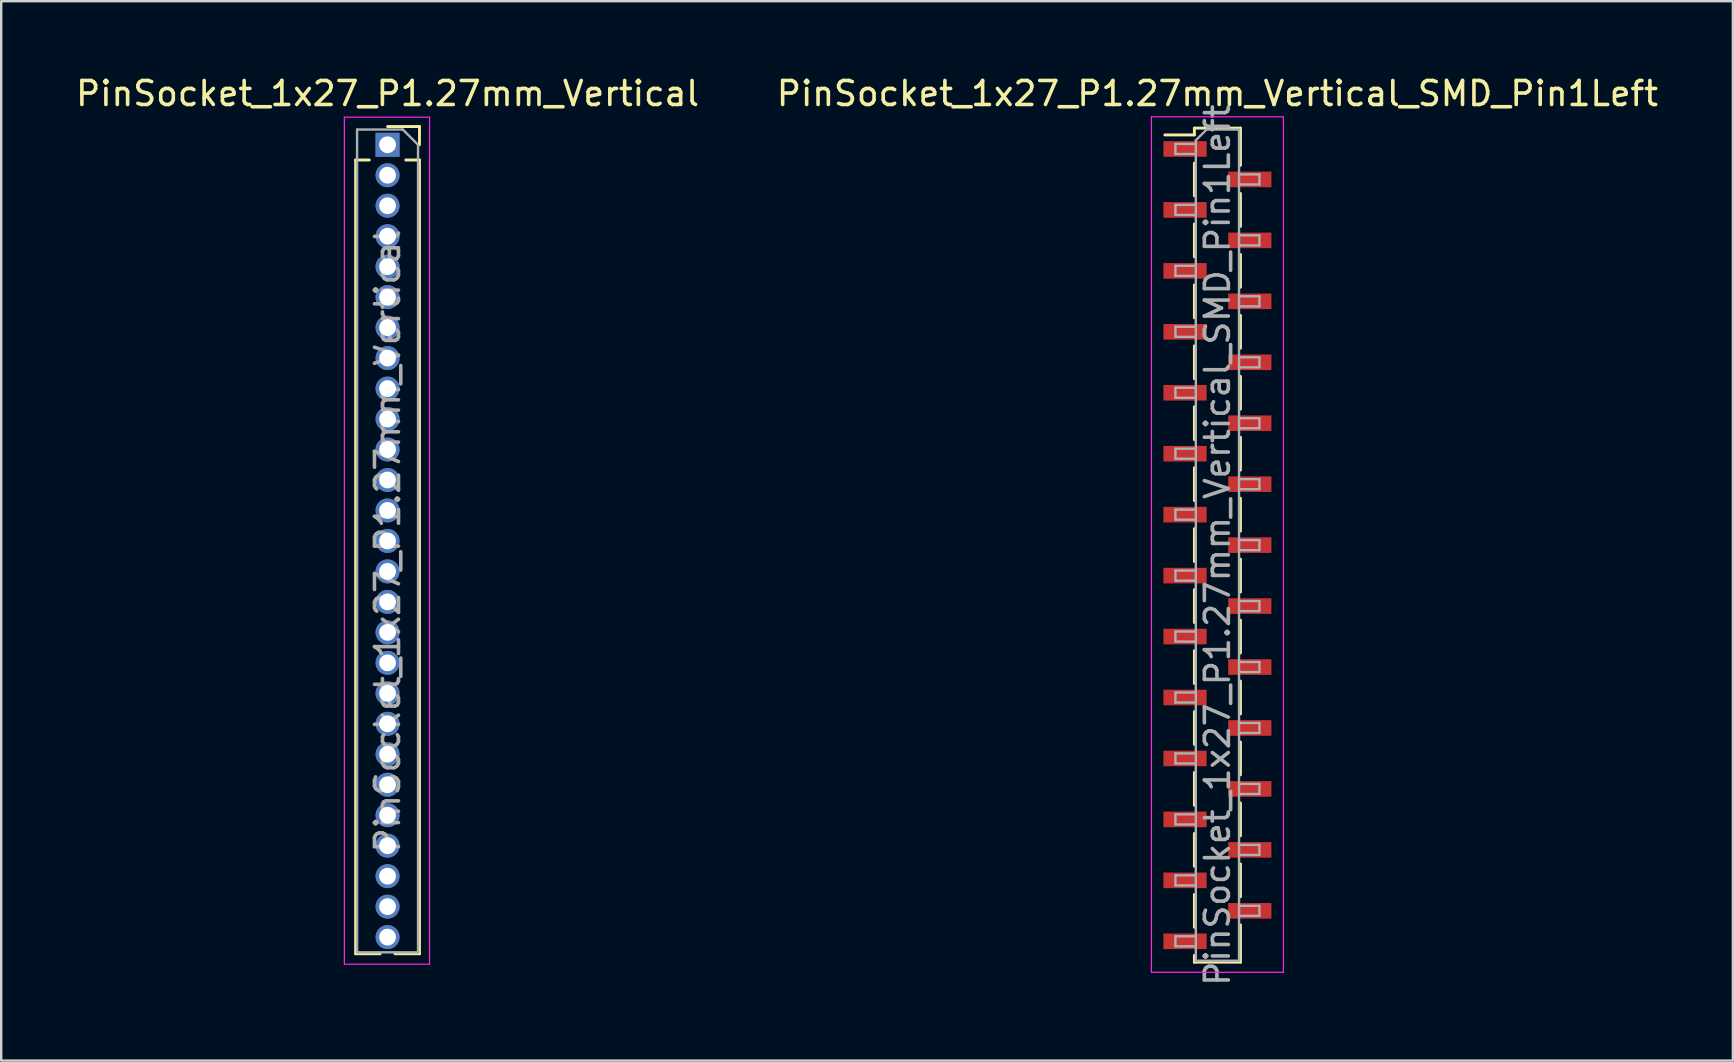
<source format=kicad_pcb>
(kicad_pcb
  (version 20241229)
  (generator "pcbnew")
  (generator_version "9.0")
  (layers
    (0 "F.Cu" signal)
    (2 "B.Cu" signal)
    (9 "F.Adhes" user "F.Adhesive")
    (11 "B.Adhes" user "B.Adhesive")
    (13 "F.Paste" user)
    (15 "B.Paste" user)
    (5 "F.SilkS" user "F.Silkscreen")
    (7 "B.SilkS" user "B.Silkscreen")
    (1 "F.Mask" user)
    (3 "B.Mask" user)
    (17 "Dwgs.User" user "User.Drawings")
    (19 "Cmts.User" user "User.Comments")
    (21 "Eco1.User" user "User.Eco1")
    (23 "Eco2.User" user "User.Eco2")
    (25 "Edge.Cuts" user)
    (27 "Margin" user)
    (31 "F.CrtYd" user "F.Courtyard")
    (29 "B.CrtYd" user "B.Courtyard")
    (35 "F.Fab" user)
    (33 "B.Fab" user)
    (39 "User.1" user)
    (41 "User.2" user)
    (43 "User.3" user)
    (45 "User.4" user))
  (footprint "PinSocket_1x27_P1.27mm_Vertical"
    (layer "F.Cu")
    (at 13.101 2.983)
    (property "Reference" "PinSocket_1x27_P1.27mm_Vertical" (at 0 -2.135 0) (layer "F.SilkS") (effects (font (size 1 1) (thickness 0.15))))
    (attr through_hole)
    (fp_line (start -1.33 0.635) (end -1.33 33.715) (stroke (width 0.12) (type solid)) (layer "F.SilkS"))
    (fp_line (start -1.33 0.635) (end -0.76 0.635) (stroke (width 0.12) (type solid)) (layer "F.SilkS"))
    (fp_line (start -1.33 33.715) (end -0.308 33.715) (stroke (width 0.12) (type solid)) (layer "F.SilkS"))
    (fp_line (start 0 -0.76) (end 1.33 -0.76) (stroke (width 0.12) (type solid)) (layer "F.SilkS"))
    (fp_line (start 0.308 33.715) (end 1.33 33.715) (stroke (width 0.12) (type solid)) (layer "F.SilkS"))
    (fp_line (start 0.76 0.635) (end 1.33 0.635) (stroke (width 0.12) (type solid)) (layer "F.SilkS"))
    (fp_line (start 1.33 -0.76) (end 1.33 0) (stroke (width 0.12) (type solid)) (layer "F.SilkS"))
    (fp_line (start 1.33 0.635) (end 1.33 33.715) (stroke (width 0.12) (type solid)) (layer "F.SilkS"))
    (fp_line (start -1.8 -1.15) (end 1.75 -1.15) (stroke (width 0.05) (type solid)) (layer "F.CrtYd"))
    (fp_line (start -1.8 34.15) (end -1.8 -1.15) (stroke (width 0.05) (type solid)) (layer "F.CrtYd"))
    (fp_line (start 1.75 -1.15) (end 1.75 34.15) (stroke (width 0.05) (type solid)) (layer "F.CrtYd"))
    (fp_line (start 1.75 34.15) (end -1.8 34.15) (stroke (width 0.05) (type solid)) (layer "F.CrtYd"))
    (fp_line (start -1.27 -0.635) (end 0.635 -0.635) (stroke (width 0.1) (type solid)) (layer "F.Fab"))
    (fp_line (start -1.27 33.655) (end -1.27 -0.635) (stroke (width 0.1) (type solid)) (layer "F.Fab"))
    (fp_line (start 0.635 -0.635) (end 1.27 0) (stroke (width 0.1) (type solid)) (layer "F.Fab"))
    (fp_line (start 1.27 0) (end 1.27 33.655) (stroke (width 0.1) (type solid)) (layer "F.Fab"))
    (fp_line (start 1.27 33.655) (end -1.27 33.655) (stroke (width 0.1) (type solid)) (layer "F.Fab"))
    (fp_text user "${REFERENCE}" (at 0 16.51 90) (layer "F.Fab") (effects (font (size 1 1) (thickness 0.15))))
    (pad "1" thru_hole rect (at 0 0) (size 1 1) (drill 0.7) (layers "*.Cu" "*.Mask"))
    (pad "2" thru_hole oval (at 0 1.27) (size 1 1) (drill 0.7) (layers "*.Cu" "*.Mask"))
    (pad "3" thru_hole oval (at 0 2.54) (size 1 1) (drill 0.7) (layers "*.Cu" "*.Mask"))
    (pad "4" thru_hole oval (at 0 3.81) (size 1 1) (drill 0.7) (layers "*.Cu" "*.Mask"))
    (pad "5" thru_hole oval (at 0 5.08) (size 1 1) (drill 0.7) (layers "*.Cu" "*.Mask"))
    (pad "6" thru_hole oval (at 0 6.35) (size 1 1) (drill 0.7) (layers "*.Cu" "*.Mask"))
    (pad "7" thru_hole oval (at 0 7.62) (size 1 1) (drill 0.7) (layers "*.Cu" "*.Mask"))
    (pad "8" thru_hole oval (at 0 8.89) (size 1 1) (drill 0.7) (layers "*.Cu" "*.Mask"))
    (pad "9" thru_hole oval (at 0 10.16) (size 1 1) (drill 0.7) (layers "*.Cu" "*.Mask"))
    (pad "10" thru_hole oval (at 0 11.43) (size 1 1) (drill 0.7) (layers "*.Cu" "*.Mask"))
    (pad "11" thru_hole oval (at 0 12.7) (size 1 1) (drill 0.7) (layers "*.Cu" "*.Mask"))
    (pad "12" thru_hole oval (at 0 13.97) (size 1 1) (drill 0.7) (layers "*.Cu" "*.Mask"))
    (pad "13" thru_hole oval (at 0 15.24) (size 1 1) (drill 0.7) (layers "*.Cu" "*.Mask"))
    (pad "14" thru_hole oval (at 0 16.51) (size 1 1) (drill 0.7) (layers "*.Cu" "*.Mask"))
    (pad "15" thru_hole oval (at 0 17.78) (size 1 1) (drill 0.7) (layers "*.Cu" "*.Mask"))
    (pad "16" thru_hole oval (at 0 19.05) (size 1 1) (drill 0.7) (layers "*.Cu" "*.Mask"))
    (pad "17" thru_hole oval (at 0 20.32) (size 1 1) (drill 0.7) (layers "*.Cu" "*.Mask"))
    (pad "18" thru_hole oval (at 0 21.59) (size 1 1) (drill 0.7) (layers "*.Cu" "*.Mask"))
    (pad "19" thru_hole oval (at 0 22.86) (size 1 1) (drill 0.7) (layers "*.Cu" "*.Mask"))
    (pad "20" thru_hole oval (at 0 24.13) (size 1 1) (drill 0.7) (layers "*.Cu" "*.Mask"))
    (pad "21" thru_hole oval (at 0 25.4) (size 1 1) (drill 0.7) (layers "*.Cu" "*.Mask"))
    (pad "22" thru_hole oval (at 0 26.67) (size 1 1) (drill 0.7) (layers "*.Cu" "*.Mask"))
    (pad "23" thru_hole oval (at 0 27.94) (size 1 1) (drill 0.7) (layers "*.Cu" "*.Mask"))
    (pad "24" thru_hole oval (at 0 29.21) (size 1 1) (drill 0.7) (layers "*.Cu" "*.Mask"))
    (pad "25" thru_hole oval (at 0 30.48) (size 1 1) (drill 0.7) (layers "*.Cu" "*.Mask"))
    (pad "26" thru_hole oval (at 0 31.75) (size 1 1) (drill 0.7) (layers "*.Cu" "*.Mask"))
    (pad "27" thru_hole oval (at 0 33.02) (size 1 1) (drill 0.7) (layers "*.Cu" "*.Mask")))
  (footprint "PinSocket_1x27_P1.27mm_Vertical_SMD_Pin1Left"
    (layer "F.Cu")
    (at 47.685 19.668)
    (property "Reference" "PinSocket_1x27_P1.27mm_Vertical_SMD_Pin1Left" (at 0 -18.82 0) (layer "F.SilkS") (effects (font (size 1 1) (thickness 0.15))))
    (attr smd)
    (fp_line (start -2.19 -17.095) (end -0.96 -17.095) (stroke (width 0.12) (type solid)) (layer "F.SilkS"))
    (fp_line (start -0.96 -17.38) (end -0.96 -17.095) (stroke (width 0.12) (type solid)) (layer "F.SilkS"))
    (fp_line (start -0.96 -17.38) (end 0.96 -17.38) (stroke (width 0.12) (type solid)) (layer "F.SilkS"))
    (fp_line (start -0.96 -15.925) (end -0.96 -14.555) (stroke (width 0.12) (type solid)) (layer "F.SilkS"))
    (fp_line (start -0.96 -13.385) (end -0.96 -12.015) (stroke (width 0.12) (type solid)) (layer "F.SilkS"))
    (fp_line (start -0.96 -10.845) (end -0.96 -9.475) (stroke (width 0.12) (type solid)) (layer "F.SilkS"))
    (fp_line (start -0.96 -8.305) (end -0.96 -6.935) (stroke (width 0.12) (type solid)) (layer "F.SilkS"))
    (fp_line (start -0.96 -5.765) (end -0.96 -4.395) (stroke (width 0.12) (type solid)) (layer "F.SilkS"))
    (fp_line (start -0.96 -3.225) (end -0.96 -1.855) (stroke (width 0.12) (type solid)) (layer "F.SilkS"))
    (fp_line (start -0.96 -0.685) (end -0.96 0.685) (stroke (width 0.12) (type solid)) (layer "F.SilkS"))
    (fp_line (start -0.96 1.855) (end -0.96 3.225) (stroke (width 0.12) (type solid)) (layer "F.SilkS"))
    (fp_line (start -0.96 4.395) (end -0.96 5.765) (stroke (width 0.12) (type solid)) (layer "F.SilkS"))
    (fp_line (start -0.96 6.935) (end -0.96 8.305) (stroke (width 0.12) (type solid)) (layer "F.SilkS"))
    (fp_line (start -0.96 9.475) (end -0.96 10.845) (stroke (width 0.12) (type solid)) (layer "F.SilkS"))
    (fp_line (start -0.96 12.015) (end -0.96 13.385) (stroke (width 0.12) (type solid)) (layer "F.SilkS"))
    (fp_line (start -0.96 14.555) (end -0.96 15.925) (stroke (width 0.12) (type solid)) (layer "F.SilkS"))
    (fp_line (start -0.96 17.095) (end -0.96 17.38) (stroke (width 0.12) (type solid)) (layer "F.SilkS"))
    (fp_line (start -0.96 17.38) (end 0.96 17.38) (stroke (width 0.12) (type solid)) (layer "F.SilkS"))
    (fp_line (start 0.96 -17.38) (end 0.96 -15.825) (stroke (width 0.12) (type solid)) (layer "F.SilkS"))
    (fp_line (start 0.96 -14.655) (end 0.96 -13.285) (stroke (width 0.12) (type solid)) (layer "F.SilkS"))
    (fp_line (start 0.96 -12.115) (end 0.96 -10.745) (stroke (width 0.12) (type solid)) (layer "F.SilkS"))
    (fp_line (start 0.96 -9.575) (end 0.96 -8.205) (stroke (width 0.12) (type solid)) (layer "F.SilkS"))
    (fp_line (start 0.96 -7.035) (end 0.96 -5.665) (stroke (width 0.12) (type solid)) (layer "F.SilkS"))
    (fp_line (start 0.96 -4.495) (end 0.96 -3.125) (stroke (width 0.12) (type solid)) (layer "F.SilkS"))
    (fp_line (start 0.96 -1.955) (end 0.96 -0.585) (stroke (width 0.12) (type solid)) (layer "F.SilkS"))
    (fp_line (start 0.96 0.585) (end 0.96 1.955) (stroke (width 0.12) (type solid)) (layer "F.SilkS"))
    (fp_line (start 0.96 3.125) (end 0.96 4.495) (stroke (width 0.12) (type solid)) (layer "F.SilkS"))
    (fp_line (start 0.96 5.665) (end 0.96 7.035) (stroke (width 0.12) (type solid)) (layer "F.SilkS"))
    (fp_line (start 0.96 8.205) (end 0.96 9.575) (stroke (width 0.12) (type solid)) (layer "F.SilkS"))
    (fp_line (start 0.96 10.745) (end 0.96 12.115) (stroke (width 0.12) (type solid)) (layer "F.SilkS"))
    (fp_line (start 0.96 13.285) (end 0.96 14.655) (stroke (width 0.12) (type solid)) (layer "F.SilkS"))
    (fp_line (start 0.96 15.825) (end 0.96 17.38) (stroke (width 0.12) (type solid)) (layer "F.SilkS"))
    (fp_line (start -2.75 -17.85) (end 2.75 -17.85) (stroke (width 0.05) (type solid)) (layer "F.CrtYd"))
    (fp_line (start -2.75 17.8) (end -2.75 -17.85) (stroke (width 0.05) (type solid)) (layer "F.CrtYd"))
    (fp_line (start 2.75 -17.85) (end 2.75 17.8) (stroke (width 0.05) (type solid)) (layer "F.CrtYd"))
    (fp_line (start 2.75 17.8) (end -2.75 17.8) (stroke (width 0.05) (type solid)) (layer "F.CrtYd"))
    (fp_line (start -1.75 -16.72) (end -0.9 -16.72) (stroke (width 0.1) (type solid)) (layer "F.Fab"))
    (fp_line (start -1.75 -16.3) (end -1.75 -16.72) (stroke (width 0.1) (type solid)) (layer "F.Fab"))
    (fp_line (start -1.75 -14.18) (end -0.9 -14.18) (stroke (width 0.1) (type solid)) (layer "F.Fab"))
    (fp_line (start -1.75 -13.76) (end -1.75 -14.18) (stroke (width 0.1) (type solid)) (layer "F.Fab"))
    (fp_line (start -1.75 -11.64) (end -0.9 -11.64) (stroke (width 0.1) (type solid)) (layer "F.Fab"))
    (fp_line (start -1.75 -11.22) (end -1.75 -11.64) (stroke (width 0.1) (type solid)) (layer "F.Fab"))
    (fp_line (start -1.75 -9.1) (end -0.9 -9.1) (stroke (width 0.1) (type solid)) (layer "F.Fab"))
    (fp_line (start -1.75 -8.68) (end -1.75 -9.1) (stroke (width 0.1) (type solid)) (layer "F.Fab"))
    (fp_line (start -1.75 -6.56) (end -0.9 -6.56) (stroke (width 0.1) (type solid)) (layer "F.Fab"))
    (fp_line (start -1.75 -6.14) (end -1.75 -6.56) (stroke (width 0.1) (type solid)) (layer "F.Fab"))
    (fp_line (start -1.75 -4.02) (end -0.9 -4.02) (stroke (width 0.1) (type solid)) (layer "F.Fab"))
    (fp_line (start -1.75 -3.6) (end -1.75 -4.02) (stroke (width 0.1) (type solid)) (layer "F.Fab"))
    (fp_line (start -1.75 -1.48) (end -0.9 -1.48) (stroke (width 0.1) (type solid)) (layer "F.Fab"))
    (fp_line (start -1.75 -1.06) (end -1.75 -1.48) (stroke (width 0.1) (type solid)) (layer "F.Fab"))
    (fp_line (start -1.75 1.06) (end -0.9 1.06) (stroke (width 0.1) (type solid)) (layer "F.Fab"))
    (fp_line (start -1.75 1.48) (end -1.75 1.06) (stroke (width 0.1) (type solid)) (layer "F.Fab"))
    (fp_line (start -1.75 3.6) (end -0.9 3.6) (stroke (width 0.1) (type solid)) (layer "F.Fab"))
    (fp_line (start -1.75 4.02) (end -1.75 3.6) (stroke (width 0.1) (type solid)) (layer "F.Fab"))
    (fp_line (start -1.75 6.14) (end -0.9 6.14) (stroke (width 0.1) (type solid)) (layer "F.Fab"))
    (fp_line (start -1.75 6.56) (end -1.75 6.14) (stroke (width 0.1) (type solid)) (layer "F.Fab"))
    (fp_line (start -1.75 8.68) (end -0.9 8.68) (stroke (width 0.1) (type solid)) (layer "F.Fab"))
    (fp_line (start -1.75 9.1) (end -1.75 8.68) (stroke (width 0.1) (type solid)) (layer "F.Fab"))
    (fp_line (start -1.75 11.22) (end -0.9 11.22) (stroke (width 0.1) (type solid)) (layer "F.Fab"))
    (fp_line (start -1.75 11.64) (end -1.75 11.22) (stroke (width 0.1) (type solid)) (layer "F.Fab"))
    (fp_line (start -1.75 13.76) (end -0.9 13.76) (stroke (width 0.1) (type solid)) (layer "F.Fab"))
    (fp_line (start -1.75 14.18) (end -1.75 13.76) (stroke (width 0.1) (type solid)) (layer "F.Fab"))
    (fp_line (start -1.75 16.3) (end -0.9 16.3) (stroke (width 0.1) (type solid)) (layer "F.Fab"))
    (fp_line (start -1.75 16.72) (end -1.75 16.3) (stroke (width 0.1) (type solid)) (layer "F.Fab"))
    (fp_line (start -0.9 -16.87) (end -0.45 -17.32) (stroke (width 0.1) (type solid)) (layer "F.Fab"))
    (fp_line (start -0.9 -16.3) (end -1.75 -16.3) (stroke (width 0.1) (type solid)) (layer "F.Fab"))
    (fp_line (start -0.9 -13.76) (end -1.75 -13.76) (stroke (width 0.1) (type solid)) (layer "F.Fab"))
    (fp_line (start -0.9 -11.22) (end -1.75 -11.22) (stroke (width 0.1) (type solid)) (layer "F.Fab"))
    (fp_line (start -0.9 -8.68) (end -1.75 -8.68) (stroke (width 0.1) (type solid)) (layer "F.Fab"))
    (fp_line (start -0.9 -6.14) (end -1.75 -6.14) (stroke (width 0.1) (type solid)) (layer "F.Fab"))
    (fp_line (start -0.9 -3.6) (end -1.75 -3.6) (stroke (width 0.1) (type solid)) (layer "F.Fab"))
    (fp_line (start -0.9 -1.06) (end -1.75 -1.06) (stroke (width 0.1) (type solid)) (layer "F.Fab"))
    (fp_line (start -0.9 1.48) (end -1.75 1.48) (stroke (width 0.1) (type solid)) (layer "F.Fab"))
    (fp_line (start -0.9 4.02) (end -1.75 4.02) (stroke (width 0.1) (type solid)) (layer "F.Fab"))
    (fp_line (start -0.9 6.56) (end -1.75 6.56) (stroke (width 0.1) (type solid)) (layer "F.Fab"))
    (fp_line (start -0.9 9.1) (end -1.75 9.1) (stroke (width 0.1) (type solid)) (layer "F.Fab"))
    (fp_line (start -0.9 11.64) (end -1.75 11.64) (stroke (width 0.1) (type solid)) (layer "F.Fab"))
    (fp_line (start -0.9 14.18) (end -1.75 14.18) (stroke (width 0.1) (type solid)) (layer "F.Fab"))
    (fp_line (start -0.9 16.72) (end -1.75 16.72) (stroke (width 0.1) (type solid)) (layer "F.Fab"))
    (fp_line (start -0.9 17.32) (end -0.9 -16.87) (stroke (width 0.1) (type solid)) (layer "F.Fab"))
    (fp_line (start -0.45 -17.32) (end 0.9 -17.32) (stroke (width 0.1) (type solid)) (layer "F.Fab"))
    (fp_line (start 0.9 -17.32) (end 0.9 17.32) (stroke (width 0.1) (type solid)) (layer "F.Fab"))
    (fp_line (start 0.9 -15.45) (end 1.75 -15.45) (stroke (width 0.1) (type solid)) (layer "F.Fab"))
    (fp_line (start 0.9 -12.91) (end 1.75 -12.91) (stroke (width 0.1) (type solid)) (layer "F.Fab"))
    (fp_line (start 0.9 -10.37) (end 1.75 -10.37) (stroke (width 0.1) (type solid)) (layer "F.Fab"))
    (fp_line (start 0.9 -7.83) (end 1.75 -7.83) (stroke (width 0.1) (type solid)) (layer "F.Fab"))
    (fp_line (start 0.9 -5.29) (end 1.75 -5.29) (stroke (width 0.1) (type solid)) (layer "F.Fab"))
    (fp_line (start 0.9 -2.75) (end 1.75 -2.75) (stroke (width 0.1) (type solid)) (layer "F.Fab"))
    (fp_line (start 0.9 -0.21) (end 1.75 -0.21) (stroke (width 0.1) (type solid)) (layer "F.Fab"))
    (fp_line (start 0.9 2.33) (end 1.75 2.33) (stroke (width 0.1) (type solid)) (layer "F.Fab"))
    (fp_line (start 0.9 4.87) (end 1.75 4.87) (stroke (width 0.1) (type solid)) (layer "F.Fab"))
    (fp_line (start 0.9 7.41) (end 1.75 7.41) (stroke (width 0.1) (type solid)) (layer "F.Fab"))
    (fp_line (start 0.9 9.95) (end 1.75 9.95) (stroke (width 0.1) (type solid)) (layer "F.Fab"))
    (fp_line (start 0.9 12.49) (end 1.75 12.49) (stroke (width 0.1) (type solid)) (layer "F.Fab"))
    (fp_line (start 0.9 15.03) (end 1.75 15.03) (stroke (width 0.1) (type solid)) (layer "F.Fab"))
    (fp_line (start 0.9 17.32) (end -0.9 17.32) (stroke (width 0.1) (type solid)) (layer "F.Fab"))
    (fp_line (start 1.75 -15.45) (end 1.75 -15.03) (stroke (width 0.1) (type solid)) (layer "F.Fab"))
    (fp_line (start 1.75 -15.03) (end 0.9 -15.03) (stroke (width 0.1) (type solid)) (layer "F.Fab"))
    (fp_line (start 1.75 -12.91) (end 1.75 -12.49) (stroke (width 0.1) (type solid)) (layer "F.Fab"))
    (fp_line (start 1.75 -12.49) (end 0.9 -12.49) (stroke (width 0.1) (type solid)) (layer "F.Fab"))
    (fp_line (start 1.75 -10.37) (end 1.75 -9.95) (stroke (width 0.1) (type solid)) (layer "F.Fab"))
    (fp_line (start 1.75 -9.95) (end 0.9 -9.95) (stroke (width 0.1) (type solid)) (layer "F.Fab"))
    (fp_line (start 1.75 -7.83) (end 1.75 -7.41) (stroke (width 0.1) (type solid)) (layer "F.Fab"))
    (fp_line (start 1.75 -7.41) (end 0.9 -7.41) (stroke (width 0.1) (type solid)) (layer "F.Fab"))
    (fp_line (start 1.75 -5.29) (end 1.75 -4.87) (stroke (width 0.1) (type solid)) (layer "F.Fab"))
    (fp_line (start 1.75 -4.87) (end 0.9 -4.87) (stroke (width 0.1) (type solid)) (layer "F.Fab"))
    (fp_line (start 1.75 -2.75) (end 1.75 -2.33) (stroke (width 0.1) (type solid)) (layer "F.Fab"))
    (fp_line (start 1.75 -2.33) (end 0.9 -2.33) (stroke (width 0.1) (type solid)) (layer "F.Fab"))
    (fp_line (start 1.75 -0.21) (end 1.75 0.21) (stroke (width 0.1) (type solid)) (layer "F.Fab"))
    (fp_line (start 1.75 0.21) (end 0.9 0.21) (stroke (width 0.1) (type solid)) (layer "F.Fab"))
    (fp_line (start 1.75 2.33) (end 1.75 2.75) (stroke (width 0.1) (type solid)) (layer "F.Fab"))
    (fp_line (start 1.75 2.75) (end 0.9 2.75) (stroke (width 0.1) (type solid)) (layer "F.Fab"))
    (fp_line (start 1.75 4.87) (end 1.75 5.29) (stroke (width 0.1) (type solid)) (layer "F.Fab"))
    (fp_line (start 1.75 5.29) (end 0.9 5.29) (stroke (width 0.1) (type solid)) (layer "F.Fab"))
    (fp_line (start 1.75 7.41) (end 1.75 7.83) (stroke (width 0.1) (type solid)) (layer "F.Fab"))
    (fp_line (start 1.75 7.83) (end 0.9 7.83) (stroke (width 0.1) (type solid)) (layer "F.Fab"))
    (fp_line (start 1.75 9.95) (end 1.75 10.37) (stroke (width 0.1) (type solid)) (layer "F.Fab"))
    (fp_line (start 1.75 10.37) (end 0.9 10.37) (stroke (width 0.1) (type solid)) (layer "F.Fab"))
    (fp_line (start 1.75 12.49) (end 1.75 12.91) (stroke (width 0.1) (type solid)) (layer "F.Fab"))
    (fp_line (start 1.75 12.91) (end 0.9 12.91) (stroke (width 0.1) (type solid)) (layer "F.Fab"))
    (fp_line (start 1.75 15.03) (end 1.75 15.45) (stroke (width 0.1) (type solid)) (layer "F.Fab"))
    (fp_line (start 1.75 15.45) (end 0.9 15.45) (stroke (width 0.1) (type solid)) (layer "F.Fab"))
    (fp_text user "${REFERENCE}" (at 0 0 90) (layer "F.Fab") (effects (font (size 1 1) (thickness 0.15))))
    (pad "1" smd rect (at -1.35 -16.51) (size 1.8 0.65) (layers "F.Cu" "F.Mask" "F.Paste"))
    (pad "2" smd rect (at 1.35 -15.24) (size 1.8 0.65) (layers "F.Cu" "F.Mask" "F.Paste"))
    (pad "3" smd rect (at -1.35 -13.97) (size 1.8 0.65) (layers "F.Cu" "F.Mask" "F.Paste"))
    (pad "4" smd rect (at 1.35 -12.7) (size 1.8 0.65) (layers "F.Cu" "F.Mask" "F.Paste"))
    (pad "5" smd rect (at -1.35 -11.43) (size 1.8 0.65) (layers "F.Cu" "F.Mask" "F.Paste"))
    (pad "6" smd rect (at 1.35 -10.16) (size 1.8 0.65) (layers "F.Cu" "F.Mask" "F.Paste"))
    (pad "7" smd rect (at -1.35 -8.89) (size 1.8 0.65) (layers "F.Cu" "F.Mask" "F.Paste"))
    (pad "8" smd rect (at 1.35 -7.62) (size 1.8 0.65) (layers "F.Cu" "F.Mask" "F.Paste"))
    (pad "9" smd rect (at -1.35 -6.35) (size 1.8 0.65) (layers "F.Cu" "F.Mask" "F.Paste"))
    (pad "10" smd rect (at 1.35 -5.08) (size 1.8 0.65) (layers "F.Cu" "F.Mask" "F.Paste"))
    (pad "11" smd rect (at -1.35 -3.81) (size 1.8 0.65) (layers "F.Cu" "F.Mask" "F.Paste"))
    (pad "12" smd rect (at 1.35 -2.54) (size 1.8 0.65) (layers "F.Cu" "F.Mask" "F.Paste"))
    (pad "13" smd rect (at -1.35 -1.27) (size 1.8 0.65) (layers "F.Cu" "F.Mask" "F.Paste"))
    (pad "14" smd rect (at 1.35 0) (size 1.8 0.65) (layers "F.Cu" "F.Mask" "F.Paste"))
    (pad "15" smd rect (at -1.35 1.27) (size 1.8 0.65) (layers "F.Cu" "F.Mask" "F.Paste"))
    (pad "16" smd rect (at 1.35 2.54) (size 1.8 0.65) (layers "F.Cu" "F.Mask" "F.Paste"))
    (pad "17" smd rect (at -1.35 3.81) (size 1.8 0.65) (layers "F.Cu" "F.Mask" "F.Paste"))
    (pad "18" smd rect (at 1.35 5.08) (size 1.8 0.65) (layers "F.Cu" "F.Mask" "F.Paste"))
    (pad "19" smd rect (at -1.35 6.35) (size 1.8 0.65) (layers "F.Cu" "F.Mask" "F.Paste"))
    (pad "20" smd rect (at 1.35 7.62) (size 1.8 0.65) (layers "F.Cu" "F.Mask" "F.Paste"))
    (pad "21" smd rect (at -1.35 8.89) (size 1.8 0.65) (layers "F.Cu" "F.Mask" "F.Paste"))
    (pad "22" smd rect (at 1.35 10.16) (size 1.8 0.65) (layers "F.Cu" "F.Mask" "F.Paste"))
    (pad "23" smd rect (at -1.35 11.43) (size 1.8 0.65) (layers "F.Cu" "F.Mask" "F.Paste"))
    (pad "24" smd rect (at 1.35 12.7) (size 1.8 0.65) (layers "F.Cu" "F.Mask" "F.Paste"))
    (pad "25" smd rect (at -1.35 13.97) (size 1.8 0.65) (layers "F.Cu" "F.Mask" "F.Paste"))
    (pad "26" smd rect (at 1.35 15.24) (size 1.8 0.65) (layers "F.Cu" "F.Mask" "F.Paste"))
    (pad "27" smd rect (at -1.35 16.51) (size 1.8 0.65) (layers "F.Cu" "F.Mask" "F.Paste")))
  (gr_rect
    (start -3 -3)
    (end 69.167 41.15)
    (stroke (width 0.1) (type default))
    (fill no)
    (layer "Edge.Cuts")))
</source>
